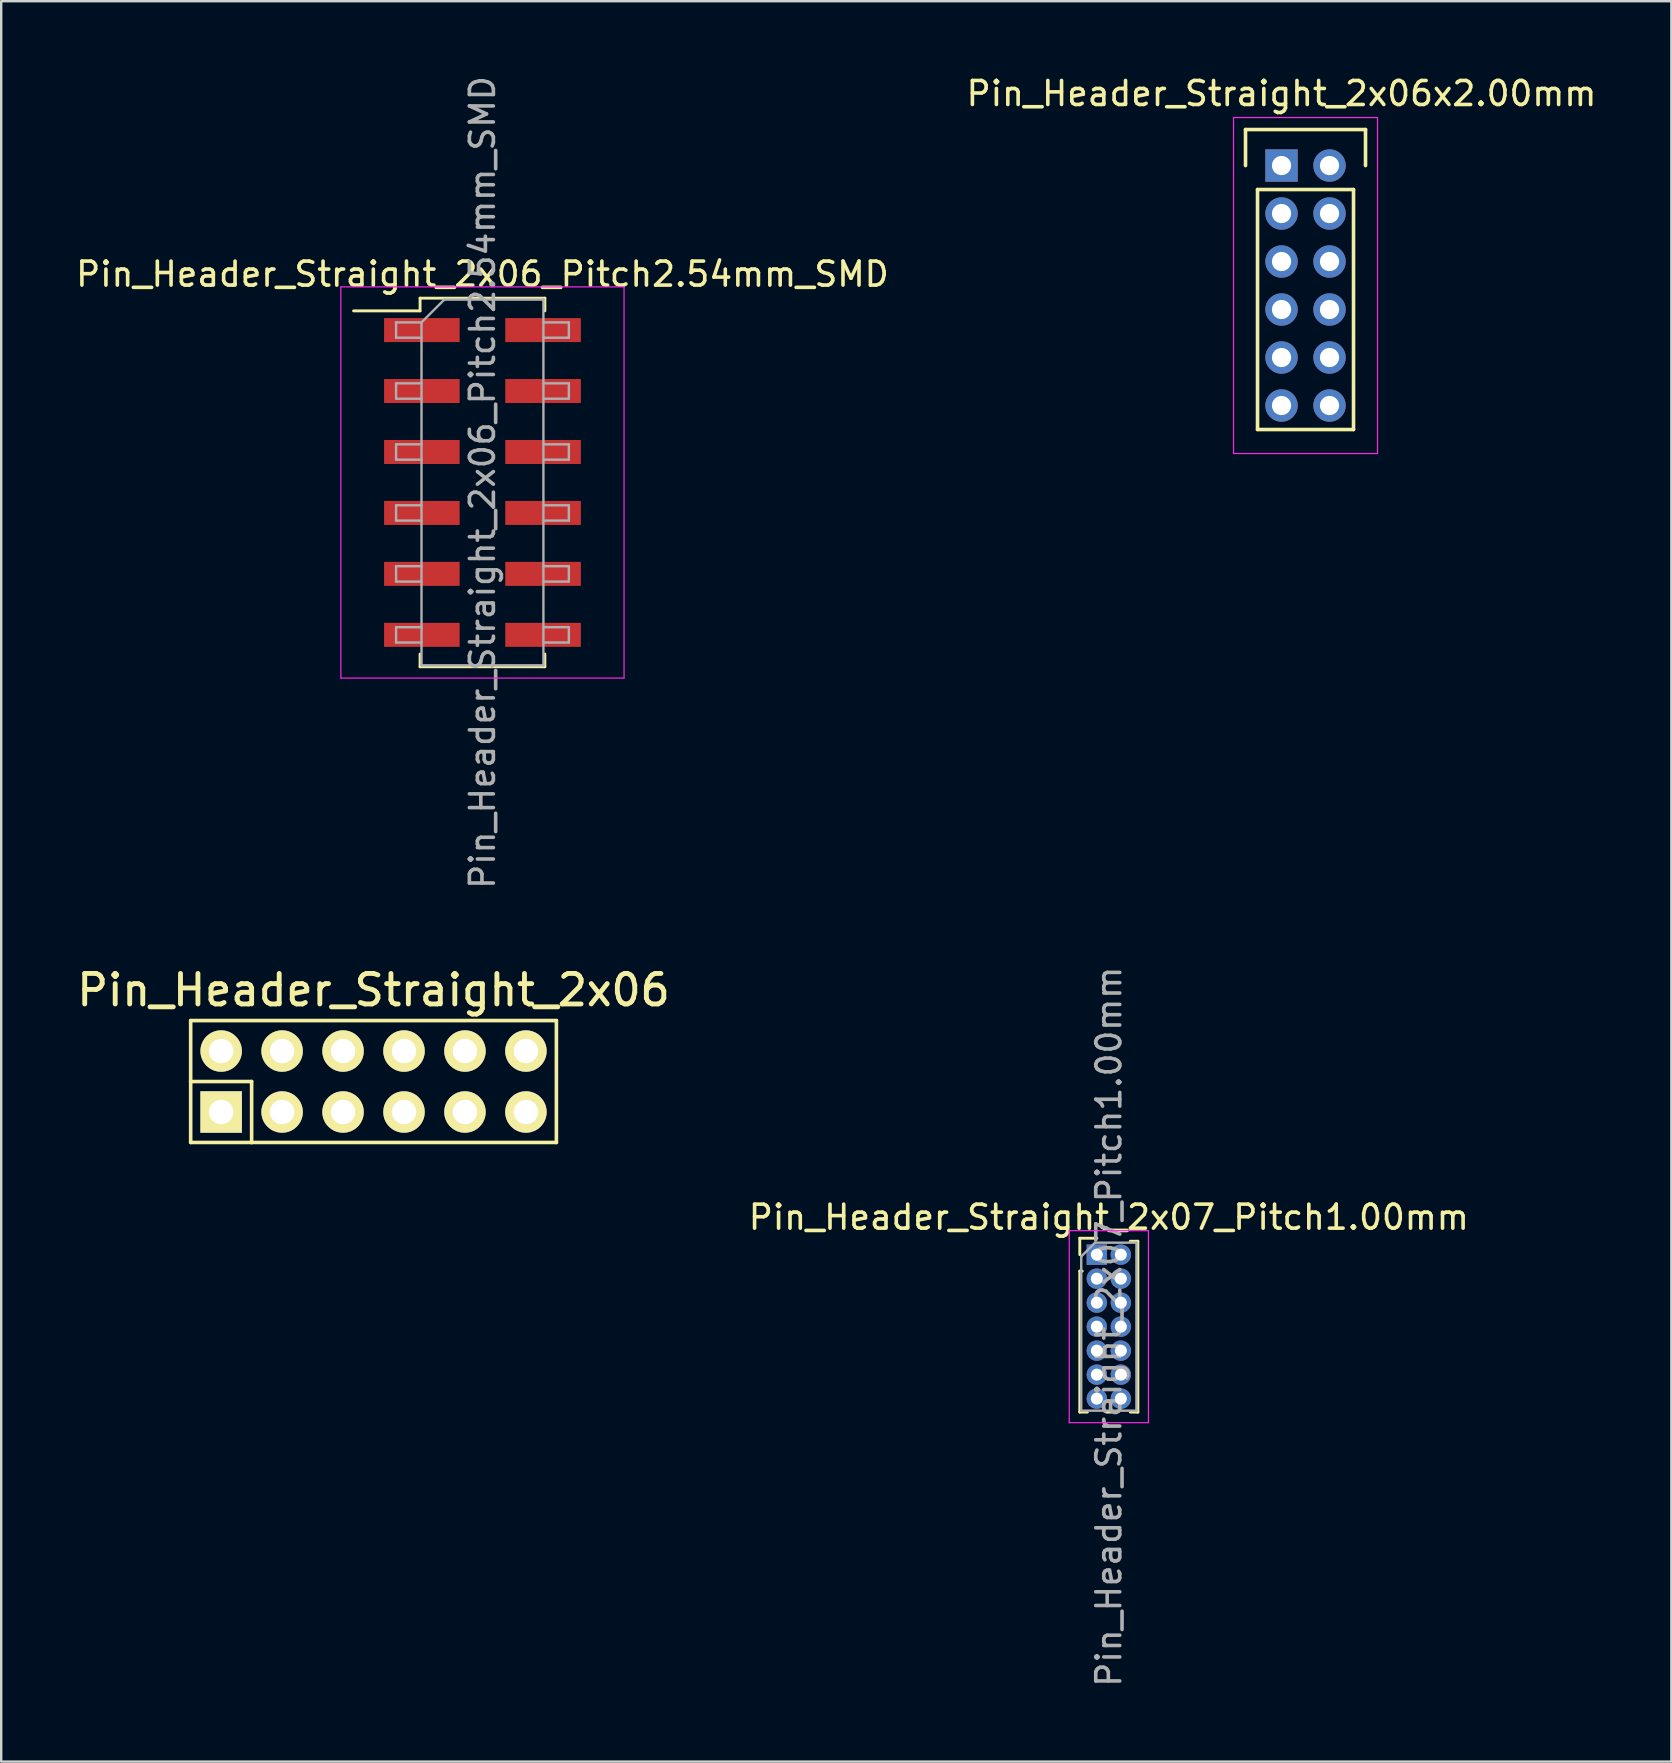
<source format=kicad_pcb>
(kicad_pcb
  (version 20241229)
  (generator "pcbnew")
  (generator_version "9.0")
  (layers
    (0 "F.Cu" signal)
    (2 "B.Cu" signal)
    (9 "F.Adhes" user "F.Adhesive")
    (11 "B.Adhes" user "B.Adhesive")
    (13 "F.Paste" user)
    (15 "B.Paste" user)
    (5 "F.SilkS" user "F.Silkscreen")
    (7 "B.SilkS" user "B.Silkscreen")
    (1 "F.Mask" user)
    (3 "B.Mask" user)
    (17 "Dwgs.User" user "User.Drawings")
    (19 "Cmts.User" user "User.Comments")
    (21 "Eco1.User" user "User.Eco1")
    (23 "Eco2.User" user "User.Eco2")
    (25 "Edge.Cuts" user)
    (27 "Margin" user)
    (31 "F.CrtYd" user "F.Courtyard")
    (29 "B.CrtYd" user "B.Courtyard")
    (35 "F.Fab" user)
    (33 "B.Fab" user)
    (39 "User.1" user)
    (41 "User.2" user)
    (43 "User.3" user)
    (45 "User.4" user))
  (footprint "Pin_Header_Straight_2x06x2.00mm"
    (layer "F.Cu")
    (at 50.351 3.848)
    (property "Reference" "Pin_Header_Straight_2x06x2.00mm" (at 0 -3 0) (layer "F.SilkS") (effects (font (size 1 1) (thickness 0.15))))
    (attr through_hole)
    (fp_line (start -1.5 -1.5) (end 3.5 -1.5) (stroke (width 0.15) (type solid)) (layer "F.SilkS"))
    (fp_line (start -1.5 0) (end -1.5 -1.5) (stroke (width 0.15) (type solid)) (layer "F.SilkS"))
    (fp_line (start -1 1) (end 3 1) (stroke (width 0.15) (type solid)) (layer "F.SilkS"))
    (fp_line (start -1 11) (end -1 1) (stroke (width 0.15) (type solid)) (layer "F.SilkS"))
    (fp_line (start 3 1) (end 3 11) (stroke (width 0.15) (type solid)) (layer "F.SilkS"))
    (fp_line (start 3 11) (end -1 11) (stroke (width 0.15) (type solid)) (layer "F.SilkS"))
    (fp_line (start 3.5 -1.5) (end 3.5 0) (stroke (width 0.15) (type solid)) (layer "F.SilkS"))
    (fp_line (start -2 -2) (end 4 -2) (stroke (width 0.05) (type solid)) (layer "F.CrtYd"))
    (fp_line (start -2 12) (end -2 -2) (stroke (width 0.05) (type solid)) (layer "F.CrtYd"))
    (fp_line (start 4 -2) (end 4 12) (stroke (width 0.05) (type solid)) (layer "F.CrtYd"))
    (fp_line (start 4 12) (end -2 12) (stroke (width 0.05) (type solid)) (layer "F.CrtYd"))
    (pad "1" thru_hole rect (at 0 0) (size 1.35 1.35) (drill 0.8) (layers "*.Cu" "*.Mask"))
    (pad "2" thru_hole circle (at 2 0) (size 1.35 1.35) (drill 0.8) (layers "*.Cu" "*.Mask"))
    (pad "3" thru_hole circle (at 0 2) (size 1.35 1.35) (drill 0.8) (layers "*.Cu" "*.Mask"))
    (pad "4" thru_hole circle (at 2 2) (size 1.35 1.35) (drill 0.8) (layers "*.Cu" "*.Mask"))
    (pad "5" thru_hole circle (at 0 4) (size 1.35 1.35) (drill 0.8) (layers "*.Cu" "*.Mask"))
    (pad "6" thru_hole circle (at 2 4) (size 1.35 1.35) (drill 0.8) (layers "*.Cu" "*.Mask"))
    (pad "7" thru_hole circle (at 0 6) (size 1.35 1.35) (drill 0.8) (layers "*.Cu" "*.Mask"))
    (pad "8" thru_hole circle (at 2 6) (size 1.35 1.35) (drill 0.8) (layers "*.Cu" "*.Mask"))
    (pad "9" thru_hole circle (at 0 8) (size 1.35 1.35) (drill 0.8) (layers "*.Cu" "*.Mask"))
    (pad "10" thru_hole circle (at 2 8) (size 1.35 1.35) (drill 0.8) (layers "*.Cu" "*.Mask"))
    (pad "11" thru_hole circle (at 0 10) (size 1.35 1.35) (drill 0.8) (layers "*.Cu" "*.Mask"))
    (pad "12" thru_hole circle (at 2 10) (size 1.35 1.35) (drill 0.8) (layers "*.Cu" "*.Mask")))
  (footprint "Pin_Header_Straight_2x06"
    (layer "F.Cu")
    (at 12.515 42.017)
    (property "Reference" "Pin_Header_Straight_2x06" (at 0 -3.81 0) (layer "F.SilkS") (effects (font (size 1.27 1.27) (thickness 0.203))))
    (attr through_hole)
    (fp_line (start -7.62 -2.54) (end -7.62 0) (stroke (width 0.15) (type solid)) (layer "F.SilkS"))
    (fp_line (start -7.62 0) (end -5.08 0) (stroke (width 0.15) (type solid)) (layer "F.SilkS"))
    (fp_line (start -7.62 2.54) (end -7.62 0) (stroke (width 0.15) (type solid)) (layer "F.SilkS"))
    (fp_line (start -7.62 2.54) (end -5.08 2.54) (stroke (width 0.15) (type solid)) (layer "F.SilkS"))
    (fp_line (start -5.08 0) (end -5.08 2.54) (stroke (width 0.15) (type solid)) (layer "F.SilkS"))
    (fp_line (start -5.08 2.54) (end 7.62 2.54) (stroke (width 0.15) (type solid)) (layer "F.SilkS"))
    (fp_line (start 7.62 -2.54) (end -7.62 -2.54) (stroke (width 0.15) (type solid)) (layer "F.SilkS"))
    (fp_line (start 7.62 -2.54) (end 7.62 2.54) (stroke (width 0.15) (type solid)) (layer "F.SilkS"))
    (pad "1" thru_hole rect (at -6.35 1.27) (size 1.727 1.727) (drill 1.016) (layers "*.Cu" "*.Mask" "F.SilkS"))
    (pad "2" thru_hole oval (at -6.35 -1.27) (size 1.727 1.727) (drill 1.016) (layers "*.Cu" "*.Mask" "F.SilkS"))
    (pad "3" thru_hole oval (at -3.81 1.27) (size 1.727 1.727) (drill 1.016) (layers "*.Cu" "*.Mask" "F.SilkS"))
    (pad "4" thru_hole oval (at -3.81 -1.27) (size 1.727 1.727) (drill 1.016) (layers "*.Cu" "*.Mask" "F.SilkS"))
    (pad "5" thru_hole oval (at -1.27 1.27) (size 1.727 1.727) (drill 1.016) (layers "*.Cu" "*.Mask" "F.SilkS"))
    (pad "6" thru_hole oval (at -1.27 -1.27) (size 1.727 1.727) (drill 1.016) (layers "*.Cu" "*.Mask" "F.SilkS"))
    (pad "7" thru_hole oval (at 1.27 1.27) (size 1.727 1.727) (drill 1.016) (layers "*.Cu" "*.Mask" "F.SilkS"))
    (pad "8" thru_hole oval (at 1.27 -1.27) (size 1.727 1.727) (drill 1.016) (layers "*.Cu" "*.Mask" "F.SilkS"))
    (pad "9" thru_hole oval (at 3.81 1.27) (size 1.727 1.727) (drill 1.016) (layers "*.Cu" "*.Mask" "F.SilkS"))
    (pad "10" thru_hole oval (at 3.81 -1.27) (size 1.727 1.727) (drill 1.016) (layers "*.Cu" "*.Mask" "F.SilkS"))
    (pad "11" thru_hole oval (at 6.35 1.27) (size 1.727 1.727) (drill 1.016) (layers "*.Cu" "*.Mask" "F.SilkS"))
    (pad "12" thru_hole oval (at 6.35 -1.27) (size 1.727 1.727) (drill 1.016) (layers "*.Cu" "*.Mask" "F.SilkS")))
  (footprint "Pin_Header_Straight_2x06_Pitch2.54mm_SMD"
    (layer "F.Cu")
    (at 17.054 17.054)
    (property "Reference" "Pin_Header_Straight_2x06_Pitch2.54mm_SMD" (at 0 -8.68 0) (layer "F.SilkS") (effects (font (size 1 1) (thickness 0.15))))
    (attr smd)
    (fp_line (start -5.37 -7.15) (end -2.6 -7.15) (stroke (width 0.12) (type solid)) (layer "F.SilkS"))
    (fp_line (start -2.6 -7.68) (end 2.6 -7.68) (stroke (width 0.12) (type solid)) (layer "F.SilkS"))
    (fp_line (start -2.6 -7.15) (end -2.6 -7.68) (stroke (width 0.12) (type solid)) (layer "F.SilkS"))
    (fp_line (start -2.6 7.15) (end -2.6 7.68) (stroke (width 0.12) (type solid)) (layer "F.SilkS"))
    (fp_line (start -2.6 7.68) (end 2.6 7.68) (stroke (width 0.12) (type solid)) (layer "F.SilkS"))
    (fp_line (start 2.6 -7.68) (end 2.6 -7.15) (stroke (width 0.12) (type solid)) (layer "F.SilkS"))
    (fp_line (start 2.6 7.68) (end 2.6 7.15) (stroke (width 0.12) (type solid)) (layer "F.SilkS"))
    (fp_line (start -5.9 -8.15) (end -5.9 8.15) (stroke (width 0.05) (type solid)) (layer "F.CrtYd"))
    (fp_line (start -5.9 8.15) (end 5.9 8.15) (stroke (width 0.05) (type solid)) (layer "F.CrtYd"))
    (fp_line (start 5.9 -8.15) (end -5.9 -8.15) (stroke (width 0.05) (type solid)) (layer "F.CrtYd"))
    (fp_line (start 5.9 8.15) (end 5.9 -8.15) (stroke (width 0.05) (type solid)) (layer "F.CrtYd"))
    (fp_line (start -3.6 -6.67) (end -3.6 -6.03) (stroke (width 0.1) (type solid)) (layer "F.Fab"))
    (fp_line (start -3.6 -6.03) (end -2.54 -6.03) (stroke (width 0.1) (type solid)) (layer "F.Fab"))
    (fp_line (start -3.6 -4.13) (end -3.6 -3.49) (stroke (width 0.1) (type solid)) (layer "F.Fab"))
    (fp_line (start -3.6 -3.49) (end -2.54 -3.49) (stroke (width 0.1) (type solid)) (layer "F.Fab"))
    (fp_line (start -3.6 -1.59) (end -3.6 -0.95) (stroke (width 0.1) (type solid)) (layer "F.Fab"))
    (fp_line (start -3.6 -0.95) (end -2.54 -0.95) (stroke (width 0.1) (type solid)) (layer "F.Fab"))
    (fp_line (start -3.6 0.95) (end -3.6 1.59) (stroke (width 0.1) (type solid)) (layer "F.Fab"))
    (fp_line (start -3.6 1.59) (end -2.54 1.59) (stroke (width 0.1) (type solid)) (layer "F.Fab"))
    (fp_line (start -3.6 3.49) (end -3.6 4.13) (stroke (width 0.1) (type solid)) (layer "F.Fab"))
    (fp_line (start -3.6 4.13) (end -2.54 4.13) (stroke (width 0.1) (type solid)) (layer "F.Fab"))
    (fp_line (start -3.6 6.03) (end -3.6 6.67) (stroke (width 0.1) (type solid)) (layer "F.Fab"))
    (fp_line (start -3.6 6.67) (end -2.54 6.67) (stroke (width 0.1) (type solid)) (layer "F.Fab"))
    (fp_line (start -2.54 -6.67) (end -3.6 -6.67) (stroke (width 0.1) (type solid)) (layer "F.Fab"))
    (fp_line (start -2.54 -6.67) (end -1.59 -7.62) (stroke (width 0.1) (type solid)) (layer "F.Fab"))
    (fp_line (start -2.54 -4.13) (end -3.6 -4.13) (stroke (width 0.1) (type solid)) (layer "F.Fab"))
    (fp_line (start -2.54 -1.59) (end -3.6 -1.59) (stroke (width 0.1) (type solid)) (layer "F.Fab"))
    (fp_line (start -2.54 0.95) (end -3.6 0.95) (stroke (width 0.1) (type solid)) (layer "F.Fab"))
    (fp_line (start -2.54 3.49) (end -3.6 3.49) (stroke (width 0.1) (type solid)) (layer "F.Fab"))
    (fp_line (start -2.54 6.03) (end -3.6 6.03) (stroke (width 0.1) (type solid)) (layer "F.Fab"))
    (fp_line (start -2.54 7.62) (end -2.54 -6.67) (stroke (width 0.1) (type solid)) (layer "F.Fab"))
    (fp_line (start -1.59 -7.62) (end 2.54 -7.62) (stroke (width 0.1) (type solid)) (layer "F.Fab"))
    (fp_line (start 2.54 -7.62) (end 2.54 7.62) (stroke (width 0.1) (type solid)) (layer "F.Fab"))
    (fp_line (start 2.54 -6.67) (end 3.6 -6.67) (stroke (width 0.1) (type solid)) (layer "F.Fab"))
    (fp_line (start 2.54 -4.13) (end 3.6 -4.13) (stroke (width 0.1) (type solid)) (layer "F.Fab"))
    (fp_line (start 2.54 -1.59) (end 3.6 -1.59) (stroke (width 0.1) (type solid)) (layer "F.Fab"))
    (fp_line (start 2.54 0.95) (end 3.6 0.95) (stroke (width 0.1) (type solid)) (layer "F.Fab"))
    (fp_line (start 2.54 3.49) (end 3.6 3.49) (stroke (width 0.1) (type solid)) (layer "F.Fab"))
    (fp_line (start 2.54 6.03) (end 3.6 6.03) (stroke (width 0.1) (type solid)) (layer "F.Fab"))
    (fp_line (start 2.54 7.62) (end -2.54 7.62) (stroke (width 0.1) (type solid)) (layer "F.Fab"))
    (fp_line (start 3.6 -6.67) (end 3.6 -6.03) (stroke (width 0.1) (type solid)) (layer "F.Fab"))
    (fp_line (start 3.6 -6.03) (end 2.54 -6.03) (stroke (width 0.1) (type solid)) (layer "F.Fab"))
    (fp_line (start 3.6 -4.13) (end 3.6 -3.49) (stroke (width 0.1) (type solid)) (layer "F.Fab"))
    (fp_line (start 3.6 -3.49) (end 2.54 -3.49) (stroke (width 0.1) (type solid)) (layer "F.Fab"))
    (fp_line (start 3.6 -1.59) (end 3.6 -0.95) (stroke (width 0.1) (type solid)) (layer "F.Fab"))
    (fp_line (start 3.6 -0.95) (end 2.54 -0.95) (stroke (width 0.1) (type solid)) (layer "F.Fab"))
    (fp_line (start 3.6 0.95) (end 3.6 1.59) (stroke (width 0.1) (type solid)) (layer "F.Fab"))
    (fp_line (start 3.6 1.59) (end 2.54 1.59) (stroke (width 0.1) (type solid)) (layer "F.Fab"))
    (fp_line (start 3.6 3.49) (end 3.6 4.13) (stroke (width 0.1) (type solid)) (layer "F.Fab"))
    (fp_line (start 3.6 4.13) (end 2.54 4.13) (stroke (width 0.1) (type solid)) (layer "F.Fab"))
    (fp_line (start 3.6 6.03) (end 3.6 6.67) (stroke (width 0.1) (type solid)) (layer "F.Fab"))
    (fp_line (start 3.6 6.67) (end 2.54 6.67) (stroke (width 0.1) (type solid)) (layer "F.Fab"))
    (fp_text user "${REFERENCE}" (at 0 0 90) (layer "F.Fab") (effects (font (size 1 1) (thickness 0.15))))
    (pad "1" smd rect (at -2.525 -6.35) (size 3.15 1) (layers "F.Cu" "F.Mask" "F.Paste"))
    (pad "2" smd rect (at 2.525 -6.35) (size 3.15 1) (layers "F.Cu" "F.Mask" "F.Paste"))
    (pad "3" smd rect (at -2.525 -3.81) (size 3.15 1) (layers "F.Cu" "F.Mask" "F.Paste"))
    (pad "4" smd rect (at 2.525 -3.81) (size 3.15 1) (layers "F.Cu" "F.Mask" "F.Paste"))
    (pad "5" smd rect (at -2.525 -1.27) (size 3.15 1) (layers "F.Cu" "F.Mask" "F.Paste"))
    (pad "6" smd rect (at 2.525 -1.27) (size 3.15 1) (layers "F.Cu" "F.Mask" "F.Paste"))
    (pad "7" smd rect (at -2.525 1.27) (size 3.15 1) (layers "F.Cu" "F.Mask" "F.Paste"))
    (pad "8" smd rect (at 2.525 1.27) (size 3.15 1) (layers "F.Cu" "F.Mask" "F.Paste"))
    (pad "9" smd rect (at -2.525 3.81) (size 3.15 1) (layers "F.Cu" "F.Mask" "F.Paste"))
    (pad "10" smd rect (at 2.525 3.81) (size 3.15 1) (layers "F.Cu" "F.Mask" "F.Paste"))
    (pad "11" smd rect (at -2.525 6.35) (size 3.15 1) (layers "F.Cu" "F.Mask" "F.Paste"))
    (pad "12" smd rect (at 2.525 6.35) (size 3.15 1) (layers "F.Cu" "F.Mask" "F.Paste")))
  (footprint "Pin_Header_Straight_2x07_Pitch1.00mm"
    (layer "F.Cu")
    (at 42.655 49.232)
    (property "Reference" "Pin_Header_Straight_2x07_Pitch1.00mm" (at 0.5 -1.56 0) (layer "F.SilkS") (effects (font (size 1 1) (thickness 0.15))))
    (attr through_hole)
    (fp_line (start -0.71 -0.685) (end 0 -0.685) (stroke (width 0.12) (type solid)) (layer "F.SilkS"))
    (fp_line (start -0.71 0) (end -0.71 -0.685) (stroke (width 0.12) (type solid)) (layer "F.SilkS"))
    (fp_line (start -0.71 0.685) (end -0.71 6.56) (stroke (width 0.12) (type solid)) (layer "F.SilkS"))
    (fp_line (start -0.71 0.685) (end -0.608 0.685) (stroke (width 0.12) (type solid)) (layer "F.SilkS"))
    (fp_line (start -0.71 6.56) (end -0.394 6.56) (stroke (width 0.12) (type solid)) (layer "F.SilkS"))
    (fp_line (start 0.394 6.56) (end 0.606 6.56) (stroke (width 0.12) (type solid)) (layer "F.SilkS"))
    (fp_line (start 1.394 -0.56) (end 1.71 -0.56) (stroke (width 0.12) (type solid)) (layer "F.SilkS"))
    (fp_line (start 1.394 6.56) (end 1.71 6.56) (stroke (width 0.12) (type solid)) (layer "F.SilkS"))
    (fp_line (start 1.71 -0.56) (end 1.71 6.56) (stroke (width 0.12) (type solid)) (layer "F.SilkS"))
    (fp_line (start -1.15 -1) (end -1.15 7) (stroke (width 0.05) (type solid)) (layer "F.CrtYd"))
    (fp_line (start -1.15 7) (end 2.15 7) (stroke (width 0.05) (type solid)) (layer "F.CrtYd"))
    (fp_line (start 2.15 -1) (end -1.15 -1) (stroke (width 0.05) (type solid)) (layer "F.CrtYd"))
    (fp_line (start 2.15 7) (end 2.15 -1) (stroke (width 0.05) (type solid)) (layer "F.CrtYd"))
    (fp_line (start -0.65 0.075) (end -0.075 -0.5) (stroke (width 0.1) (type solid)) (layer "F.Fab"))
    (fp_line (start -0.65 6.5) (end -0.65 0.075) (stroke (width 0.1) (type solid)) (layer "F.Fab"))
    (fp_line (start -0.075 -0.5) (end 1.65 -0.5) (stroke (width 0.1) (type solid)) (layer "F.Fab"))
    (fp_line (start 1.65 -0.5) (end 1.65 6.5) (stroke (width 0.1) (type solid)) (layer "F.Fab"))
    (fp_line (start 1.65 6.5) (end -0.65 6.5) (stroke (width 0.1) (type solid)) (layer "F.Fab"))
    (fp_text user "${REFERENCE}" (at 0.5 3 90) (layer "F.Fab") (effects (font (size 1 1) (thickness 0.15))))
    (pad "1" thru_hole rect (at 0 0) (size 0.85 0.85) (drill 0.5) (layers "*.Cu" "*.Mask"))
    (pad "2" thru_hole oval (at 1 0) (size 0.85 0.85) (drill 0.5) (layers "*.Cu" "*.Mask"))
    (pad "3" thru_hole oval (at 0 1) (size 0.85 0.85) (drill 0.5) (layers "*.Cu" "*.Mask"))
    (pad "4" thru_hole oval (at 1 1) (size 0.85 0.85) (drill 0.5) (layers "*.Cu" "*.Mask"))
    (pad "5" thru_hole oval (at 0 2) (size 0.85 0.85) (drill 0.5) (layers "*.Cu" "*.Mask"))
    (pad "6" thru_hole oval (at 1 2) (size 0.85 0.85) (drill 0.5) (layers "*.Cu" "*.Mask"))
    (pad "7" thru_hole oval (at 0 3) (size 0.85 0.85) (drill 0.5) (layers "*.Cu" "*.Mask"))
    (pad "8" thru_hole oval (at 1 3) (size 0.85 0.85) (drill 0.5) (layers "*.Cu" "*.Mask"))
    (pad "9" thru_hole oval (at 0 4) (size 0.85 0.85) (drill 0.5) (layers "*.Cu" "*.Mask"))
    (pad "10" thru_hole oval (at 1 4) (size 0.85 0.85) (drill 0.5) (layers "*.Cu" "*.Mask"))
    (pad "11" thru_hole oval (at 0 5) (size 0.85 0.85) (drill 0.5) (layers "*.Cu" "*.Mask"))
    (pad "12" thru_hole oval (at 1 5) (size 0.85 0.85) (drill 0.5) (layers "*.Cu" "*.Mask"))
    (pad "13" thru_hole oval (at 0 6) (size 0.85 0.85) (drill 0.5) (layers "*.Cu" "*.Mask"))
    (pad "14" thru_hole oval (at 1 6) (size 0.85 0.85) (drill 0.5) (layers "*.Cu" "*.Mask")))
  (gr_rect
    (start -3 -3)
    (end 66.595 70.357)
    (stroke (width 0.1) (type default))
    (fill no)
    (layer "Edge.Cuts")))
</source>
